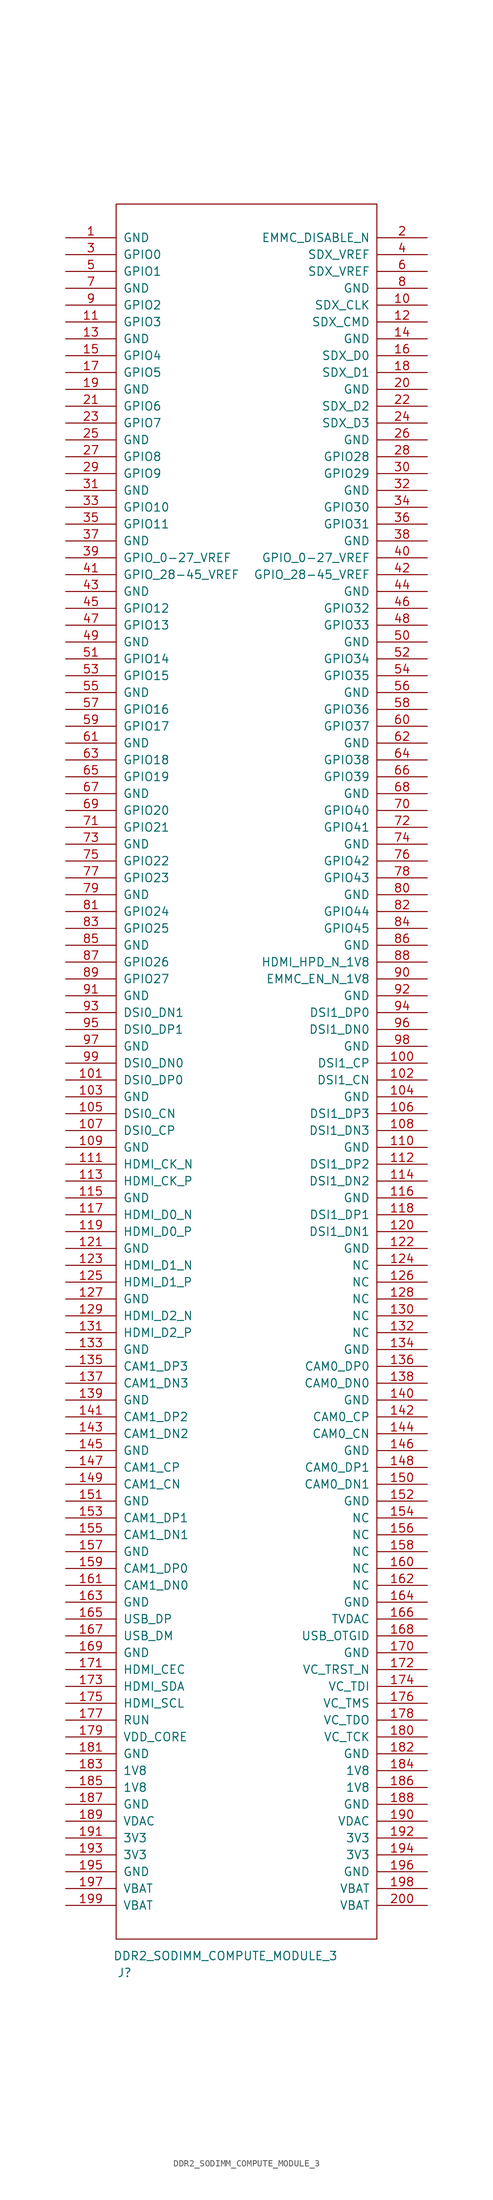
<source format=kicad_sym>
(kicad_symbol_lib
  (version 20211014)
  (generator kicad_symbol_editor)
  (symbol "DDR2_SODIMM_COMPUTE_MODULE_3"
    (pin_names
      (offset 1.016))
    (property "Reference" "J"
      (at -10.16 -135.89 0)
      (effects (font (size 1.27 1.27))))
    (property "Value" "DDR2_SODIMM_COMPUTE_MODULE_3"
      (at 5.08 -133.35 0)
      (effects (font (size 1.27 1.27))))
    (symbol "DDR2_SODIMM_COMPUTE_MODULE_3_1_0"
      (rectangle (start -11.43 -130.81) (end 27.94 130.81) (stroke (width 0) (type default) (color 0 0 0 0)) (fill (type none))))
    (symbol "DDR2_SODIMM_COMPUTE_MODULE_3_1_1"
      (pin input line (at -19.05 125.73 0) (length 7.62) (name "GND" (effects (font (size 1.27 1.27)))) (number "1" (effects (font (size 1.27 1.27)))))
      (pin output line (at 35.56 115.57 180) (length 7.62) (name "SDX_CLK" (effects (font (size 1.27 1.27)))) (number "10" (effects (font (size 1.27 1.27)))))
      (pin input line (at 35.56 1.27 180) (length 7.62) (name "DSI1_CP" (effects (font (size 1.27 1.27)))) (number "100" (effects (font (size 1.27 1.27)))))
      (pin input line (at -19.05 -1.27 0) (length 7.62) (name "DSI0_DP0" (effects (font (size 1.27 1.27)))) (number "101" (effects (font (size 1.27 1.27)))))
      (pin input line (at 35.56 -1.27 180) (length 7.62) (name "DSI1_CN" (effects (font (size 1.27 1.27)))) (number "102" (effects (font (size 1.27 1.27)))))
      (pin input line (at -19.05 -3.81 0) (length 7.62) (name "GND" (effects (font (size 1.27 1.27)))) (number "103" (effects (font (size 1.27 1.27)))))
      (pin input line (at 35.56 -3.81 180) (length 7.62) (name "GND" (effects (font (size 1.27 1.27)))) (number "104" (effects (font (size 1.27 1.27)))))
      (pin input line (at -19.05 -6.35 0) (length 7.62) (name "DSI0_CN" (effects (font (size 1.27 1.27)))) (number "105" (effects (font (size 1.27 1.27)))))
      (pin input line (at 35.56 -6.35 180) (length 7.62) (name "DSI1_DP3" (effects (font (size 1.27 1.27)))) (number "106" (effects (font (size 1.27 1.27)))))
      (pin input line (at -19.05 -8.89 0) (length 7.62) (name "DSI0_CP" (effects (font (size 1.27 1.27)))) (number "107" (effects (font (size 1.27 1.27)))))
      (pin input line (at 35.56 -8.89 180) (length 7.62) (name "DSI1_DN3" (effects (font (size 1.27 1.27)))) (number "108" (effects (font (size 1.27 1.27)))))
      (pin input line (at -19.05 -11.43 0) (length 7.62) (name "GND" (effects (font (size 1.27 1.27)))) (number "109" (effects (font (size 1.27 1.27)))))
      (pin input line (at -19.05 113.03 0) (length 7.62) (name "GPIO3" (effects (font (size 1.27 1.27)))) (number "11" (effects (font (size 1.27 1.27)))))
      (pin input line (at 35.56 -11.43 180) (length 7.62) (name "GND" (effects (font (size 1.27 1.27)))) (number "110" (effects (font (size 1.27 1.27)))))
      (pin input line (at -19.05 -13.97 0) (length 7.62) (name "HDMI_CK_N" (effects (font (size 1.27 1.27)))) (number "111" (effects (font (size 1.27 1.27)))))
      (pin input line (at 35.56 -13.97 180) (length 7.62) (name "DSI1_DP2" (effects (font (size 1.27 1.27)))) (number "112" (effects (font (size 1.27 1.27)))))
      (pin input line (at -19.05 -16.51 0) (length 7.62) (name "HDMI_CK_P" (effects (font (size 1.27 1.27)))) (number "113" (effects (font (size 1.27 1.27)))))
      (pin input line (at 35.56 -16.51 180) (length 7.62) (name "DSI1_DN2" (effects (font (size 1.27 1.27)))) (number "114" (effects (font (size 1.27 1.27)))))
      (pin input line (at -19.05 -19.05 0) (length 7.62) (name "GND" (effects (font (size 1.27 1.27)))) (number "115" (effects (font (size 1.27 1.27)))))
      (pin input line (at 35.56 -19.05 180) (length 7.62) (name "GND" (effects (font (size 1.27 1.27)))) (number "116" (effects (font (size 1.27 1.27)))))
      (pin input line (at -19.05 -21.59 0) (length 7.62) (name "HDMI_D0_N" (effects (font (size 1.27 1.27)))) (number "117" (effects (font (size 1.27 1.27)))))
      (pin input line (at 35.56 -21.59 180) (length 7.62) (name "DSI1_DP1" (effects (font (size 1.27 1.27)))) (number "118" (effects (font (size 1.27 1.27)))))
      (pin input line (at -19.05 -24.13 0) (length 7.62) (name "HDMI_D0_P" (effects (font (size 1.27 1.27)))) (number "119" (effects (font (size 1.27 1.27)))))
      (pin output line (at 35.56 113.03 180) (length 7.62) (name "SDX_CMD" (effects (font (size 1.27 1.27)))) (number "12" (effects (font (size 1.27 1.27)))))
      (pin input line (at 35.56 -24.13 180) (length 7.62) (name "DSI1_DN1" (effects (font (size 1.27 1.27)))) (number "120" (effects (font (size 1.27 1.27)))))
      (pin input line (at -19.05 -26.67 0) (length 7.62) (name "GND" (effects (font (size 1.27 1.27)))) (number "121" (effects (font (size 1.27 1.27)))))
      (pin input line (at 35.56 -26.67 180) (length 7.62) (name "GND" (effects (font (size 1.27 1.27)))) (number "122" (effects (font (size 1.27 1.27)))))
      (pin input line (at -19.05 -29.21 0) (length 7.62) (name "HDMI_D1_N" (effects (font (size 1.27 1.27)))) (number "123" (effects (font (size 1.27 1.27)))))
      (pin input line (at 35.56 -29.21 180) (length 7.62) (name "NC" (effects (font (size 1.27 1.27)))) (number "124" (effects (font (size 1.27 1.27)))))
      (pin input line (at -19.05 -31.75 0) (length 7.62) (name "HDMI_D1_P" (effects (font (size 1.27 1.27)))) (number "125" (effects (font (size 1.27 1.27)))))
      (pin input line (at 35.56 -31.75 180) (length 7.62) (name "NC" (effects (font (size 1.27 1.27)))) (number "126" (effects (font (size 1.27 1.27)))))
      (pin input line (at -19.05 -34.29 0) (length 7.62) (name "GND" (effects (font (size 1.27 1.27)))) (number "127" (effects (font (size 1.27 1.27)))))
      (pin input line (at 35.56 -34.29 180) (length 7.62) (name "NC" (effects (font (size 1.27 1.27)))) (number "128" (effects (font (size 1.27 1.27)))))
      (pin input line (at -19.05 -36.83 0) (length 7.62) (name "HDMI_D2_N" (effects (font (size 1.27 1.27)))) (number "129" (effects (font (size 1.27 1.27)))))
      (pin input line (at -19.05 110.49 0) (length 7.62) (name "GND" (effects (font (size 1.27 1.27)))) (number "13" (effects (font (size 1.27 1.27)))))
      (pin input line (at 35.56 -36.83 180) (length 7.62) (name "NC" (effects (font (size 1.27 1.27)))) (number "130" (effects (font (size 1.27 1.27)))))
      (pin input line (at -19.05 -39.37 0) (length 7.62) (name "HDMI_D2_P" (effects (font (size 1.27 1.27)))) (number "131" (effects (font (size 1.27 1.27)))))
      (pin input line (at 35.56 -39.37 180) (length 7.62) (name "NC" (effects (font (size 1.27 1.27)))) (number "132" (effects (font (size 1.27 1.27)))))
      (pin input line (at -19.05 -41.91 0) (length 7.62) (name "GND" (effects (font (size 1.27 1.27)))) (number "133" (effects (font (size 1.27 1.27)))))
      (pin input line (at 35.56 -41.91 180) (length 7.62) (name "GND" (effects (font (size 1.27 1.27)))) (number "134" (effects (font (size 1.27 1.27)))))
      (pin input line (at -19.05 -44.45 0) (length 7.62) (name "CAM1_DP3" (effects (font (size 1.27 1.27)))) (number "135" (effects (font (size 1.27 1.27)))))
      (pin input line (at 35.56 -44.45 180) (length 7.62) (name "CAM0_DP0" (effects (font (size 1.27 1.27)))) (number "136" (effects (font (size 1.27 1.27)))))
      (pin input line (at -19.05 -46.99 0) (length 7.62) (name "CAM1_DN3" (effects (font (size 1.27 1.27)))) (number "137" (effects (font (size 1.27 1.27)))))
      (pin input line (at 35.56 -46.99 180) (length 7.62) (name "CAM0_DN0" (effects (font (size 1.27 1.27)))) (number "138" (effects (font (size 1.27 1.27)))))
      (pin input line (at -19.05 -49.53 0) (length 7.62) (name "GND" (effects (font (size 1.27 1.27)))) (number "139" (effects (font (size 1.27 1.27)))))
      (pin input line (at 35.56 110.49 180) (length 7.62) (name "GND" (effects (font (size 1.27 1.27)))) (number "14" (effects (font (size 1.27 1.27)))))
      (pin input line (at 35.56 -49.53 180) (length 7.62) (name "GND" (effects (font (size 1.27 1.27)))) (number "140" (effects (font (size 1.27 1.27)))))
      (pin input line (at -19.05 -52.07 0) (length 7.62) (name "CAM1_DP2" (effects (font (size 1.27 1.27)))) (number "141" (effects (font (size 1.27 1.27)))))
      (pin input line (at 35.56 -52.07 180) (length 7.62) (name "CAM0_CP" (effects (font (size 1.27 1.27)))) (number "142" (effects (font (size 1.27 1.27)))))
      (pin input line (at -19.05 -54.61 0) (length 7.62) (name "CAM1_DN2" (effects (font (size 1.27 1.27)))) (number "143" (effects (font (size 1.27 1.27)))))
      (pin input line (at 35.56 -54.61 180) (length 7.62) (name "CAM0_CN" (effects (font (size 1.27 1.27)))) (number "144" (effects (font (size 1.27 1.27)))))
      (pin input line (at -19.05 -57.15 0) (length 7.62) (name "GND" (effects (font (size 1.27 1.27)))) (number "145" (effects (font (size 1.27 1.27)))))
      (pin input line (at 35.56 -57.15 180) (length 7.62) (name "GND" (effects (font (size 1.27 1.27)))) (number "146" (effects (font (size 1.27 1.27)))))
      (pin input line (at -19.05 -59.69 0) (length 7.62) (name "CAM1_CP" (effects (font (size 1.27 1.27)))) (number "147" (effects (font (size 1.27 1.27)))))
      (pin input line (at 35.56 -59.69 180) (length 7.62) (name "CAM0_DP1" (effects (font (size 1.27 1.27)))) (number "148" (effects (font (size 1.27 1.27)))))
      (pin input line (at -19.05 -62.23 0) (length 7.62) (name "CAM1_CN" (effects (font (size 1.27 1.27)))) (number "149" (effects (font (size 1.27 1.27)))))
      (pin input line (at -19.05 107.95 0) (length 7.62) (name "GPIO4" (effects (font (size 1.27 1.27)))) (number "15" (effects (font (size 1.27 1.27)))))
      (pin input line (at 35.56 -62.23 180) (length 7.62) (name "CAM0_DN1" (effects (font (size 1.27 1.27)))) (number "150" (effects (font (size 1.27 1.27)))))
      (pin input line (at -19.05 -64.77 0) (length 7.62) (name "GND" (effects (font (size 1.27 1.27)))) (number "151" (effects (font (size 1.27 1.27)))))
      (pin input line (at 35.56 -64.77 180) (length 7.62) (name "GND" (effects (font (size 1.27 1.27)))) (number "152" (effects (font (size 1.27 1.27)))))
      (pin input line (at -19.05 -67.31 0) (length 7.62) (name "CAM1_DP1" (effects (font (size 1.27 1.27)))) (number "153" (effects (font (size 1.27 1.27)))))
      (pin input line (at 35.56 -67.31 180) (length 7.62) (name "NC" (effects (font (size 1.27 1.27)))) (number "154" (effects (font (size 1.27 1.27)))))
      (pin input line (at -19.05 -69.85 0) (length 7.62) (name "CAM1_DN1" (effects (font (size 1.27 1.27)))) (number "155" (effects (font (size 1.27 1.27)))))
      (pin input line (at 35.56 -69.85 180) (length 7.62) (name "NC" (effects (font (size 1.27 1.27)))) (number "156" (effects (font (size 1.27 1.27)))))
      (pin input line (at -19.05 -72.39 0) (length 7.62) (name "GND" (effects (font (size 1.27 1.27)))) (number "157" (effects (font (size 1.27 1.27)))))
      (pin input line (at 35.56 -72.39 180) (length 7.62) (name "NC" (effects (font (size 1.27 1.27)))) (number "158" (effects (font (size 1.27 1.27)))))
      (pin input line (at -19.05 -74.93 0) (length 7.62) (name "CAM1_DP0" (effects (font (size 1.27 1.27)))) (number "159" (effects (font (size 1.27 1.27)))))
      (pin output line (at 35.56 107.95 180) (length 7.62) (name "SDX_D0" (effects (font (size 1.27 1.27)))) (number "16" (effects (font (size 1.27 1.27)))))
      (pin input line (at 35.56 -74.93 180) (length 7.62) (name "NC" (effects (font (size 1.27 1.27)))) (number "160" (effects (font (size 1.27 1.27)))))
      (pin input line (at -19.05 -77.47 0) (length 7.62) (name "CAM1_DN0" (effects (font (size 1.27 1.27)))) (number "161" (effects (font (size 1.27 1.27)))))
      (pin input line (at 35.56 -77.47 180) (length 7.62) (name "NC" (effects (font (size 1.27 1.27)))) (number "162" (effects (font (size 1.27 1.27)))))
      (pin input line (at -19.05 -80.01 0) (length 7.62) (name "GND" (effects (font (size 1.27 1.27)))) (number "163" (effects (font (size 1.27 1.27)))))
      (pin input line (at 35.56 -80.01 180) (length 7.62) (name "GND" (effects (font (size 1.27 1.27)))) (number "164" (effects (font (size 1.27 1.27)))))
      (pin bidirectional line (at -19.05 -82.55 0) (length 7.62) (name "USB_DP" (effects (font (size 1.27 1.27)))) (number "165" (effects (font (size 1.27 1.27)))))
      (pin input line (at 35.56 -82.55 180) (length 7.62) (name "TVDAC" (effects (font (size 1.27 1.27)))) (number "166" (effects (font (size 1.27 1.27)))))
      (pin bidirectional line (at -19.05 -85.09 0) (length 7.62) (name "USB_DM" (effects (font (size 1.27 1.27)))) (number "167" (effects (font (size 1.27 1.27)))))
      (pin input line (at 35.56 -85.09 180) (length 7.62) (name "USB_OTGID" (effects (font (size 1.27 1.27)))) (number "168" (effects (font (size 1.27 1.27)))))
      (pin input line (at -19.05 -87.63 0) (length 7.62) (name "GND" (effects (font (size 1.27 1.27)))) (number "169" (effects (font (size 1.27 1.27)))))
      (pin input line (at -19.05 105.41 0) (length 7.62) (name "GPIO5" (effects (font (size 1.27 1.27)))) (number "17" (effects (font (size 1.27 1.27)))))
      (pin input line (at 35.56 -87.63 180) (length 7.62) (name "GND" (effects (font (size 1.27 1.27)))) (number "170" (effects (font (size 1.27 1.27)))))
      (pin output line (at -19.05 -90.17 0) (length 7.62) (name "HDMI_CEC" (effects (font (size 1.27 1.27)))) (number "171" (effects (font (size 1.27 1.27)))))
      (pin input line (at 35.56 -90.17 180) (length 7.62) (name "VC_TRST_N" (effects (font (size 1.27 1.27)))) (number "172" (effects (font (size 1.27 1.27)))))
      (pin output line (at -19.05 -92.71 0) (length 7.62) (name "HDMI_SDA" (effects (font (size 1.27 1.27)))) (number "173" (effects (font (size 1.27 1.27)))))
      (pin input line (at 35.56 -92.71 180) (length 7.62) (name "VC_TDI" (effects (font (size 1.27 1.27)))) (number "174" (effects (font (size 1.27 1.27)))))
      (pin output line (at -19.05 -95.25 0) (length 7.62) (name "HDMI_SCL" (effects (font (size 1.27 1.27)))) (number "175" (effects (font (size 1.27 1.27)))))
      (pin input line (at 35.56 -95.25 180) (length 7.62) (name "VC_TMS" (effects (font (size 1.27 1.27)))) (number "176" (effects (font (size 1.27 1.27)))))
      (pin input line (at -19.05 -97.79 0) (length 7.62) (name "RUN" (effects (font (size 1.27 1.27)))) (number "177" (effects (font (size 1.27 1.27)))))
      (pin input line (at 35.56 -97.79 180) (length 7.62) (name "VC_TDO" (effects (font (size 1.27 1.27)))) (number "178" (effects (font (size 1.27 1.27)))))
      (pin input line (at -19.05 -100.33 0) (length 7.62) (name "VDD_CORE" (effects (font (size 1.27 1.27)))) (number "179" (effects (font (size 1.27 1.27)))))
      (pin output line (at 35.56 105.41 180) (length 7.62) (name "SDX_D1" (effects (font (size 1.27 1.27)))) (number "18" (effects (font (size 1.27 1.27)))))
      (pin input line (at 35.56 -100.33 180) (length 7.62) (name "VC_TCK" (effects (font (size 1.27 1.27)))) (number "180" (effects (font (size 1.27 1.27)))))
      (pin input line (at -19.05 -102.87 0) (length 7.62) (name "GND" (effects (font (size 1.27 1.27)))) (number "181" (effects (font (size 1.27 1.27)))))
      (pin input line (at 35.56 -102.87 180) (length 7.62) (name "GND" (effects (font (size 1.27 1.27)))) (number "182" (effects (font (size 1.27 1.27)))))
      (pin input line (at -19.05 -105.41 0) (length 7.62) (name "1V8" (effects (font (size 1.27 1.27)))) (number "183" (effects (font (size 1.27 1.27)))))
      (pin input line (at 35.56 -105.41 180) (length 7.62) (name "1V8" (effects (font (size 1.27 1.27)))) (number "184" (effects (font (size 1.27 1.27)))))
      (pin input line (at -19.05 -107.95 0) (length 7.62) (name "1V8" (effects (font (size 1.27 1.27)))) (number "185" (effects (font (size 1.27 1.27)))))
      (pin input line (at 35.56 -107.95 180) (length 7.62) (name "1V8" (effects (font (size 1.27 1.27)))) (number "186" (effects (font (size 1.27 1.27)))))
      (pin input line (at -19.05 -110.49 0) (length 7.62) (name "GND" (effects (font (size 1.27 1.27)))) (number "187" (effects (font (size 1.27 1.27)))))
      (pin input line (at 35.56 -110.49 180) (length 7.62) (name "GND" (effects (font (size 1.27 1.27)))) (number "188" (effects (font (size 1.27 1.27)))))
      (pin input line (at -19.05 -113.03 0) (length 7.62) (name "VDAC" (effects (font (size 1.27 1.27)))) (number "189" (effects (font (size 1.27 1.27)))))
      (pin input line (at -19.05 102.87 0) (length 7.62) (name "GND" (effects (font (size 1.27 1.27)))) (number "19" (effects (font (size 1.27 1.27)))))
      (pin input line (at 35.56 -113.03 180) (length 7.62) (name "VDAC" (effects (font (size 1.27 1.27)))) (number "190" (effects (font (size 1.27 1.27)))))
      (pin input line (at -19.05 -115.57 0) (length 7.62) (name "3V3" (effects (font (size 1.27 1.27)))) (number "191" (effects (font (size 1.27 1.27)))))
      (pin input line (at 35.56 -115.57 180) (length 7.62) (name "3V3" (effects (font (size 1.27 1.27)))) (number "192" (effects (font (size 1.27 1.27)))))
      (pin input line (at -19.05 -118.11 0) (length 7.62) (name "3V3" (effects (font (size 1.27 1.27)))) (number "193" (effects (font (size 1.27 1.27)))))
      (pin input line (at 35.56 -118.11 180) (length 7.62) (name "3V3" (effects (font (size 1.27 1.27)))) (number "194" (effects (font (size 1.27 1.27)))))
      (pin input line (at -19.05 -120.65 0) (length 7.62) (name "GND" (effects (font (size 1.27 1.27)))) (number "195" (effects (font (size 1.27 1.27)))))
      (pin input line (at 35.56 -120.65 180) (length 7.62) (name "GND" (effects (font (size 1.27 1.27)))) (number "196" (effects (font (size 1.27 1.27)))))
      (pin input line (at -19.05 -123.19 0) (length 7.62) (name "VBAT" (effects (font (size 1.27 1.27)))) (number "197" (effects (font (size 1.27 1.27)))))
      (pin input line (at 35.56 -123.19 180) (length 7.62) (name "VBAT" (effects (font (size 1.27 1.27)))) (number "198" (effects (font (size 1.27 1.27)))))
      (pin input line (at -19.05 -125.73 0) (length 7.62) (name "VBAT" (effects (font (size 1.27 1.27)))) (number "199" (effects (font (size 1.27 1.27)))))
      (pin input line (at 35.56 125.73 180) (length 7.62) (name "EMMC_DISABLE_N" (effects (font (size 1.27 1.27)))) (number "2" (effects (font (size 1.27 1.27)))))
      (pin input line (at 35.56 102.87 180) (length 7.62) (name "GND" (effects (font (size 1.27 1.27)))) (number "20" (effects (font (size 1.27 1.27)))))
      (pin input line (at 35.56 -125.73 180) (length 7.62) (name "VBAT" (effects (font (size 1.27 1.27)))) (number "200" (effects (font (size 1.27 1.27)))))
      (pin input line (at -19.05 100.33 0) (length 7.62) (name "GPIO6" (effects (font (size 1.27 1.27)))) (number "21" (effects (font (size 1.27 1.27)))))
      (pin output line (at 35.56 100.33 180) (length 7.62) (name "SDX_D2" (effects (font (size 1.27 1.27)))) (number "22" (effects (font (size 1.27 1.27)))))
      (pin input line (at -19.05 97.79 0) (length 7.62) (name "GPIO7" (effects (font (size 1.27 1.27)))) (number "23" (effects (font (size 1.27 1.27)))))
      (pin output line (at 35.56 97.79 180) (length 7.62) (name "SDX_D3" (effects (font (size 1.27 1.27)))) (number "24" (effects (font (size 1.27 1.27)))))
      (pin input line (at -19.05 95.25 0) (length 7.62) (name "GND" (effects (font (size 1.27 1.27)))) (number "25" (effects (font (size 1.27 1.27)))))
      (pin input line (at 35.56 95.25 180) (length 7.62) (name "GND" (effects (font (size 1.27 1.27)))) (number "26" (effects (font (size 1.27 1.27)))))
      (pin input line (at -19.05 92.71 0) (length 7.62) (name "GPIO8" (effects (font (size 1.27 1.27)))) (number "27" (effects (font (size 1.27 1.27)))))
      (pin input line (at 35.56 92.71 180) (length 7.62) (name "GPIO28" (effects (font (size 1.27 1.27)))) (number "28" (effects (font (size 1.27 1.27)))))
      (pin input line (at -19.05 90.17 0) (length 7.62) (name "GPIO9" (effects (font (size 1.27 1.27)))) (number "29" (effects (font (size 1.27 1.27)))))
      (pin input line (at -19.05 123.19 0) (length 7.62) (name "GPIO0" (effects (font (size 1.27 1.27)))) (number "3" (effects (font (size 1.27 1.27)))))
      (pin input line (at 35.56 90.17 180) (length 7.62) (name "GPIO29" (effects (font (size 1.27 1.27)))) (number "30" (effects (font (size 1.27 1.27)))))
      (pin input line (at -19.05 87.63 0) (length 7.62) (name "GND" (effects (font (size 1.27 1.27)))) (number "31" (effects (font (size 1.27 1.27)))))
      (pin input line (at 35.56 87.63 180) (length 7.62) (name "GND" (effects (font (size 1.27 1.27)))) (number "32" (effects (font (size 1.27 1.27)))))
      (pin input line (at -19.05 85.09 0) (length 7.62) (name "GPIO10" (effects (font (size 1.27 1.27)))) (number "33" (effects (font (size 1.27 1.27)))))
      (pin input line (at 35.56 85.09 180) (length 7.62) (name "GPIO30" (effects (font (size 1.27 1.27)))) (number "34" (effects (font (size 1.27 1.27)))))
      (pin input line (at -19.05 82.55 0) (length 7.62) (name "GPIO11" (effects (font (size 1.27 1.27)))) (number "35" (effects (font (size 1.27 1.27)))))
      (pin input line (at 35.56 82.55 180) (length 7.62) (name "GPIO31" (effects (font (size 1.27 1.27)))) (number "36" (effects (font (size 1.27 1.27)))))
      (pin input line (at -19.05 80.01 0) (length 7.62) (name "GND" (effects (font (size 1.27 1.27)))) (number "37" (effects (font (size 1.27 1.27)))))
      (pin input line (at 35.56 80.01 180) (length 7.62) (name "GND" (effects (font (size 1.27 1.27)))) (number "38" (effects (font (size 1.27 1.27)))))
      (pin input line (at -19.05 77.47 0) (length 7.62) (name "GPIO_0-27_VREF" (effects (font (size 1.27 1.27)))) (number "39" (effects (font (size 1.27 1.27)))))
      (pin input line (at 35.56 123.19 180) (length 7.62) (name "SDX_VREF" (effects (font (size 1.27 1.27)))) (number "4" (effects (font (size 1.27 1.27)))))
      (pin input line (at 35.56 77.47 180) (length 7.62) (name "GPIO_0-27_VREF" (effects (font (size 1.27 1.27)))) (number "40" (effects (font (size 1.27 1.27)))))
      (pin input line (at -19.05 74.93 0) (length 7.62) (name "GPIO_28-45_VREF" (effects (font (size 1.27 1.27)))) (number "41" (effects (font (size 1.27 1.27)))))
      (pin input line (at 35.56 74.93 180) (length 7.62) (name "GPIO_28-45_VREF" (effects (font (size 1.27 1.27)))) (number "42" (effects (font (size 1.27 1.27)))))
      (pin input line (at -19.05 72.39 0) (length 7.62) (name "GND" (effects (font (size 1.27 1.27)))) (number "43" (effects (font (size 1.27 1.27)))))
      (pin input line (at 35.56 72.39 180) (length 7.62) (name "GND" (effects (font (size 1.27 1.27)))) (number "44" (effects (font (size 1.27 1.27)))))
      (pin input line (at -19.05 69.85 0) (length 7.62) (name "GPIO12" (effects (font (size 1.27 1.27)))) (number "45" (effects (font (size 1.27 1.27)))))
      (pin input line (at 35.56 69.85 180) (length 7.62) (name "GPIO32" (effects (font (size 1.27 1.27)))) (number "46" (effects (font (size 1.27 1.27)))))
      (pin input line (at -19.05 67.31 0) (length 7.62) (name "GPIO13" (effects (font (size 1.27 1.27)))) (number "47" (effects (font (size 1.27 1.27)))))
      (pin input line (at 35.56 67.31 180) (length 7.62) (name "GPIO33" (effects (font (size 1.27 1.27)))) (number "48" (effects (font (size 1.27 1.27)))))
      (pin input line (at -19.05 64.77 0) (length 7.62) (name "GND" (effects (font (size 1.27 1.27)))) (number "49" (effects (font (size 1.27 1.27)))))
      (pin input line (at -19.05 120.65 0) (length 7.62) (name "GPIO1" (effects (font (size 1.27 1.27)))) (number "5" (effects (font (size 1.27 1.27)))))
      (pin input line (at 35.56 64.77 180) (length 7.62) (name "GND" (effects (font (size 1.27 1.27)))) (number "50" (effects (font (size 1.27 1.27)))))
      (pin input line (at -19.05 62.23 0) (length 7.62) (name "GPIO14" (effects (font (size 1.27 1.27)))) (number "51" (effects (font (size 1.27 1.27)))))
      (pin input line (at 35.56 62.23 180) (length 7.62) (name "GPIO34" (effects (font (size 1.27 1.27)))) (number "52" (effects (font (size 1.27 1.27)))))
      (pin input line (at -19.05 59.69 0) (length 7.62) (name "GPIO15" (effects (font (size 1.27 1.27)))) (number "53" (effects (font (size 1.27 1.27)))))
      (pin input line (at 35.56 59.69 180) (length 7.62) (name "GPIO35" (effects (font (size 1.27 1.27)))) (number "54" (effects (font (size 1.27 1.27)))))
      (pin input line (at -19.05 57.15 0) (length 7.62) (name "GND" (effects (font (size 1.27 1.27)))) (number "55" (effects (font (size 1.27 1.27)))))
      (pin input line (at 35.56 57.15 180) (length 7.62) (name "GND" (effects (font (size 1.27 1.27)))) (number "56" (effects (font (size 1.27 1.27)))))
      (pin input line (at -19.05 54.61 0) (length 7.62) (name "GPIO16" (effects (font (size 1.27 1.27)))) (number "57" (effects (font (size 1.27 1.27)))))
      (pin input line (at 35.56 54.61 180) (length 7.62) (name "GPIO36" (effects (font (size 1.27 1.27)))) (number "58" (effects (font (size 1.27 1.27)))))
      (pin input line (at -19.05 52.07 0) (length 7.62) (name "GPIO17" (effects (font (size 1.27 1.27)))) (number "59" (effects (font (size 1.27 1.27)))))
      (pin input line (at 35.56 120.65 180) (length 7.62) (name "SDX_VREF" (effects (font (size 1.27 1.27)))) (number "6" (effects (font (size 1.27 1.27)))))
      (pin input line (at 35.56 52.07 180) (length 7.62) (name "GPIO37" (effects (font (size 1.27 1.27)))) (number "60" (effects (font (size 1.27 1.27)))))
      (pin input line (at -19.05 49.53 0) (length 7.62) (name "GND" (effects (font (size 1.27 1.27)))) (number "61" (effects (font (size 1.27 1.27)))))
      (pin input line (at 35.56 49.53 180) (length 7.62) (name "GND" (effects (font (size 1.27 1.27)))) (number "62" (effects (font (size 1.27 1.27)))))
      (pin input line (at -19.05 46.99 0) (length 7.62) (name "GPIO18" (effects (font (size 1.27 1.27)))) (number "63" (effects (font (size 1.27 1.27)))))
      (pin input line (at 35.56 46.99 180) (length 7.62) (name "GPIO38" (effects (font (size 1.27 1.27)))) (number "64" (effects (font (size 1.27 1.27)))))
      (pin input line (at -19.05 44.45 0) (length 7.62) (name "GPIO19" (effects (font (size 1.27 1.27)))) (number "65" (effects (font (size 1.27 1.27)))))
      (pin input line (at 35.56 44.45 180) (length 7.62) (name "GPIO39" (effects (font (size 1.27 1.27)))) (number "66" (effects (font (size 1.27 1.27)))))
      (pin input line (at -19.05 41.91 0) (length 7.62) (name "GND" (effects (font (size 1.27 1.27)))) (number "67" (effects (font (size 1.27 1.27)))))
      (pin input line (at 35.56 41.91 180) (length 7.62) (name "GND" (effects (font (size 1.27 1.27)))) (number "68" (effects (font (size 1.27 1.27)))))
      (pin input line (at -19.05 39.37 0) (length 7.62) (name "GPIO20" (effects (font (size 1.27 1.27)))) (number "69" (effects (font (size 1.27 1.27)))))
      (pin input line (at -19.05 118.11 0) (length 7.62) (name "GND" (effects (font (size 1.27 1.27)))) (number "7" (effects (font (size 1.27 1.27)))))
      (pin input line (at 35.56 39.37 180) (length 7.62) (name "GPIO40" (effects (font (size 1.27 1.27)))) (number "70" (effects (font (size 1.27 1.27)))))
      (pin input line (at -19.05 36.83 0) (length 7.62) (name "GPIO21" (effects (font (size 1.27 1.27)))) (number "71" (effects (font (size 1.27 1.27)))))
      (pin input line (at 35.56 36.83 180) (length 7.62) (name "GPIO41" (effects (font (size 1.27 1.27)))) (number "72" (effects (font (size 1.27 1.27)))))
      (pin input line (at -19.05 34.29 0) (length 7.62) (name "GND" (effects (font (size 1.27 1.27)))) (number "73" (effects (font (size 1.27 1.27)))))
      (pin input line (at 35.56 34.29 180) (length 7.62) (name "GND" (effects (font (size 1.27 1.27)))) (number "74" (effects (font (size 1.27 1.27)))))
      (pin input line (at -19.05 31.75 0) (length 7.62) (name "GPIO22" (effects (font (size 1.27 1.27)))) (number "75" (effects (font (size 1.27 1.27)))))
      (pin input line (at 35.56 31.75 180) (length 7.62) (name "GPIO42" (effects (font (size 1.27 1.27)))) (number "76" (effects (font (size 1.27 1.27)))))
      (pin input line (at -19.05 29.21 0) (length 7.62) (name "GPIO23" (effects (font (size 1.27 1.27)))) (number "77" (effects (font (size 1.27 1.27)))))
      (pin input line (at 35.56 29.21 180) (length 7.62) (name "GPIO43" (effects (font (size 1.27 1.27)))) (number "78" (effects (font (size 1.27 1.27)))))
      (pin input line (at -19.05 26.67 0) (length 7.62) (name "GND" (effects (font (size 1.27 1.27)))) (number "79" (effects (font (size 1.27 1.27)))))
      (pin input line (at 35.56 118.11 180) (length 7.62) (name "GND" (effects (font (size 1.27 1.27)))) (number "8" (effects (font (size 1.27 1.27)))))
      (pin input line (at 35.56 26.67 180) (length 7.62) (name "GND" (effects (font (size 1.27 1.27)))) (number "80" (effects (font (size 1.27 1.27)))))
      (pin input line (at -19.05 24.13 0) (length 7.62) (name "GPIO24" (effects (font (size 1.27 1.27)))) (number "81" (effects (font (size 1.27 1.27)))))
      (pin input line (at 35.56 24.13 180) (length 7.62) (name "GPIO44" (effects (font (size 1.27 1.27)))) (number "82" (effects (font (size 1.27 1.27)))))
      (pin input line (at -19.05 21.59 0) (length 7.62) (name "GPIO25" (effects (font (size 1.27 1.27)))) (number "83" (effects (font (size 1.27 1.27)))))
      (pin input line (at 35.56 21.59 180) (length 7.62) (name "GPIO45" (effects (font (size 1.27 1.27)))) (number "84" (effects (font (size 1.27 1.27)))))
      (pin input line (at -19.05 19.05 0) (length 7.62) (name "GND" (effects (font (size 1.27 1.27)))) (number "85" (effects (font (size 1.27 1.27)))))
      (pin input line (at 35.56 19.05 180) (length 7.62) (name "GND" (effects (font (size 1.27 1.27)))) (number "86" (effects (font (size 1.27 1.27)))))
      (pin input line (at -19.05 16.51 0) (length 7.62) (name "GPIO26" (effects (font (size 1.27 1.27)))) (number "87" (effects (font (size 1.27 1.27)))))
      (pin input line (at 35.56 16.51 180) (length 7.62) (name "HDMI_HPD_N_1V8" (effects (font (size 1.27 1.27)))) (number "88" (effects (font (size 1.27 1.27)))))
      (pin input line (at -19.05 13.97 0) (length 7.62) (name "GPIO27" (effects (font (size 1.27 1.27)))) (number "89" (effects (font (size 1.27 1.27)))))
      (pin input line (at -19.05 115.57 0) (length 7.62) (name "GPIO2" (effects (font (size 1.27 1.27)))) (number "9" (effects (font (size 1.27 1.27)))))
      (pin input line (at 35.56 13.97 180) (length 7.62) (name "EMMC_EN_N_1V8" (effects (font (size 1.27 1.27)))) (number "90" (effects (font (size 1.27 1.27)))))
      (pin input line (at -19.05 11.43 0) (length 7.62) (name "GND" (effects (font (size 1.27 1.27)))) (number "91" (effects (font (size 1.27 1.27)))))
      (pin input line (at 35.56 11.43 180) (length 7.62) (name "GND" (effects (font (size 1.27 1.27)))) (number "92" (effects (font (size 1.27 1.27)))))
      (pin input line (at -19.05 8.89 0) (length 7.62) (name "DSI0_DN1" (effects (font (size 1.27 1.27)))) (number "93" (effects (font (size 1.27 1.27)))))
      (pin input line (at 35.56 8.89 180) (length 7.62) (name "DSI1_DP0" (effects (font (size 1.27 1.27)))) (number "94" (effects (font (size 1.27 1.27)))))
      (pin input line (at -19.05 6.35 0) (length 7.62) (name "DSI0_DP1" (effects (font (size 1.27 1.27)))) (number "95" (effects (font (size 1.27 1.27)))))
      (pin input line (at 35.56 6.35 180) (length 7.62) (name "DSI1_DN0" (effects (font (size 1.27 1.27)))) (number "96" (effects (font (size 1.27 1.27)))))
      (pin input line (at -19.05 3.81 0) (length 7.62) (name "GND" (effects (font (size 1.27 1.27)))) (number "97" (effects (font (size 1.27 1.27)))))
      (pin input line (at 35.56 3.81 180) (length 7.62) (name "GND" (effects (font (size 1.27 1.27)))) (number "98" (effects (font (size 1.27 1.27)))))
      (pin input line (at -19.05 1.27 0) (length 7.62) (name "DSI0_DN0" (effects (font (size 1.27 1.27)))) (number "99" (effects (font (size 1.27 1.27))))))))
</source>
